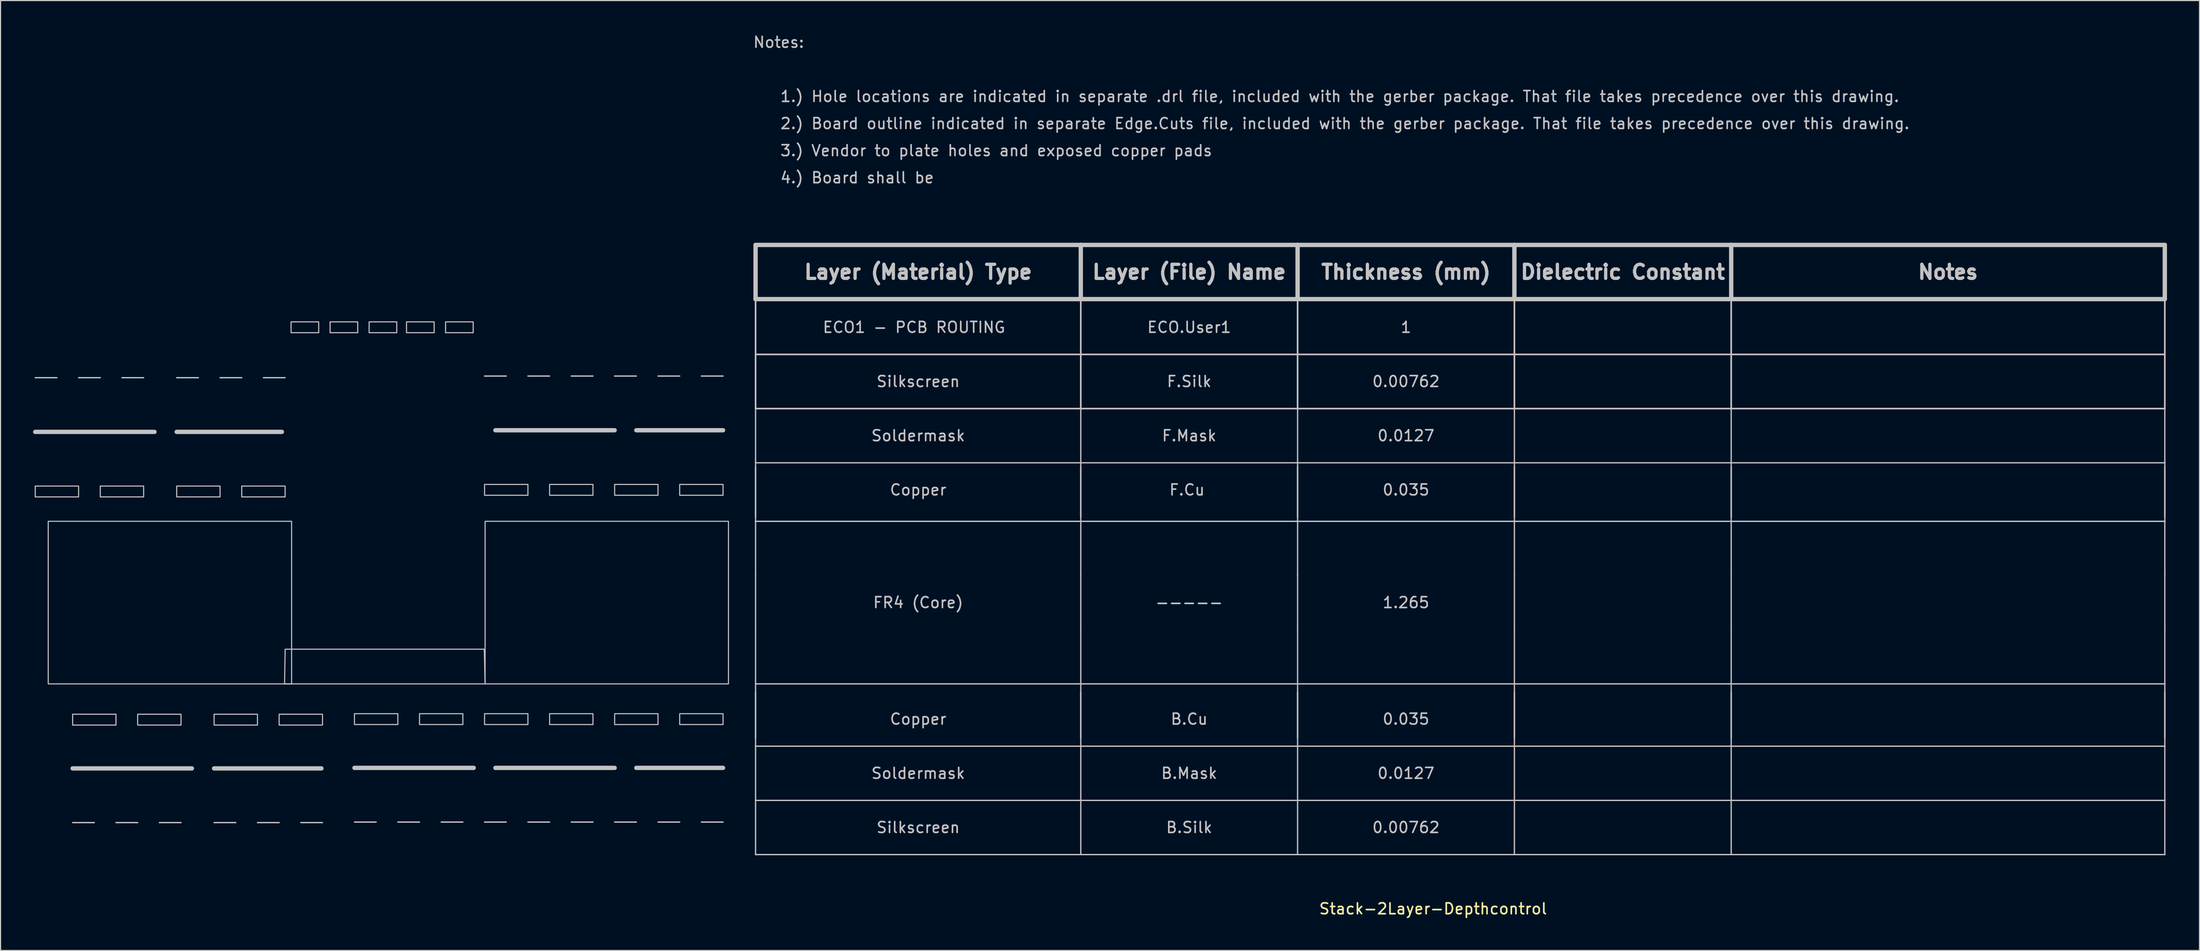
<source format=kicad_pcb>
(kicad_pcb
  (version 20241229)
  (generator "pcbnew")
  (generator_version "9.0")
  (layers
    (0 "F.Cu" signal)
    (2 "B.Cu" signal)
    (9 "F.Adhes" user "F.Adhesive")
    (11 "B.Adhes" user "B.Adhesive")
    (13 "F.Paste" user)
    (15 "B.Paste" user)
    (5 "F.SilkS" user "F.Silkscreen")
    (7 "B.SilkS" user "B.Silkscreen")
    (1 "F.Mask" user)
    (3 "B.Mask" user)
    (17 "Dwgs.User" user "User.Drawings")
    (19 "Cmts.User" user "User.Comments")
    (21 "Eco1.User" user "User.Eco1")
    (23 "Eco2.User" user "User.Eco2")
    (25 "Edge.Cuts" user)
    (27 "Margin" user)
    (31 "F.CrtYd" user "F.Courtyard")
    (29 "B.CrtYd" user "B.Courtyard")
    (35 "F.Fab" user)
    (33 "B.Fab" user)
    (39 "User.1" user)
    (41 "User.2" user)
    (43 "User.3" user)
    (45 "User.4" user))
  (footprint "Stack-2Layer-Depthcontrol"
    (layer "F.Cu")
    (at 66.65 20.048)
    (property "Reference" "Stack-2Layer-Depthcontrol" (at 62.5 60.75 0) (layer "F.SilkS") (effects (font (size 1 1) (thickness 0.15))))
    (attr through_hole)
    (fp_line (start -66.45 16.75) (end -55.45 16.75) (stroke (width 0.4) (type solid)) (layer "Dwgs.User"))
    (fp_line (start -64.45 11.75) (end -66.45 11.75) (stroke (width 0.12) (type solid)) (layer "Dwgs.User"))
    (fp_line (start -63 47.8) (end -52 47.8) (stroke (width 0.4) (type solid)) (layer "Dwgs.User"))
    (fp_line (start -61 52.8) (end -63 52.8) (stroke (width 0.12) (type solid)) (layer "Dwgs.User"))
    (fp_line (start -60.45 11.75) (end -62.45 11.75) (stroke (width 0.12) (type solid)) (layer "Dwgs.User"))
    (fp_line (start -57 52.8) (end -59 52.8) (stroke (width 0.12) (type solid)) (layer "Dwgs.User"))
    (fp_line (start -56.45 11.75) (end -58.45 11.75) (stroke (width 0.12) (type solid)) (layer "Dwgs.User"))
    (fp_line (start -53.4 16.75) (end -43.7 16.75) (stroke (width 0.4) (type solid)) (layer "Dwgs.User"))
    (fp_line (start -53 52.8) (end -55 52.8) (stroke (width 0.12) (type solid)) (layer "Dwgs.User"))
    (fp_line (start -51.4 11.75) (end -53.4 11.75) (stroke (width 0.12) (type solid)) (layer "Dwgs.User"))
    (fp_line (start -49.95 47.8) (end -40.05 47.8) (stroke (width 0.4) (type solid)) (layer "Dwgs.User"))
    (fp_line (start -47.95 52.8) (end -49.95 52.8) (stroke (width 0.12) (type solid)) (layer "Dwgs.User"))
    (fp_line (start -47.4 11.75) (end -49.4 11.75) (stroke (width 0.12) (type solid)) (layer "Dwgs.User"))
    (fp_line (start -43.95 52.8) (end -45.95 52.8) (stroke (width 0.12) (type solid)) (layer "Dwgs.User"))
    (fp_line (start -43.4 11.75) (end -45.4 11.75) (stroke (width 0.12) (type solid)) (layer "Dwgs.User"))
    (fp_line (start -39.95 52.8) (end -41.95 52.8) (stroke (width 0.12) (type solid)) (layer "Dwgs.User"))
    (fp_line (start -37 47.75) (end -26 47.75) (stroke (width 0.4) (type solid)) (layer "Dwgs.User"))
    (fp_line (start -35 52.75) (end -37 52.75) (stroke (width 0.12) (type solid)) (layer "Dwgs.User"))
    (fp_line (start -31 52.75) (end -33 52.75) (stroke (width 0.12) (type solid)) (layer "Dwgs.User"))
    (fp_line (start -27 52.75) (end -29 52.75) (stroke (width 0.12) (type solid)) (layer "Dwgs.User"))
    (fp_line (start -24 16.6) (end -13 16.6) (stroke (width 0.4) (type solid)) (layer "Dwgs.User"))
    (fp_line (start -24 47.75) (end -13 47.75) (stroke (width 0.4) (type solid)) (layer "Dwgs.User"))
    (fp_line (start -23 11.6) (end -25 11.6) (stroke (width 0.12) (type solid)) (layer "Dwgs.User"))
    (fp_line (start -23 52.75) (end -25 52.75) (stroke (width 0.12) (type solid)) (layer "Dwgs.User"))
    (fp_line (start -19 11.6) (end -21 11.6) (stroke (width 0.12) (type solid)) (layer "Dwgs.User"))
    (fp_line (start -19 52.75) (end -21 52.75) (stroke (width 0.12) (type solid)) (layer "Dwgs.User"))
    (fp_line (start -15 11.6) (end -17 11.6) (stroke (width 0.12) (type solid)) (layer "Dwgs.User"))
    (fp_line (start -15 52.75) (end -17 52.75) (stroke (width 0.12) (type solid)) (layer "Dwgs.User"))
    (fp_line (start -11 11.6) (end -13 11.6) (stroke (width 0.12) (type solid)) (layer "Dwgs.User"))
    (fp_line (start -11 16.6) (end -3 16.6) (stroke (width 0.4) (type solid)) (layer "Dwgs.User"))
    (fp_line (start -11 47.75) (end -3 47.75) (stroke (width 0.4) (type solid)) (layer "Dwgs.User"))
    (fp_line (start -11 52.75) (end -13 52.75) (stroke (width 0.12) (type solid)) (layer "Dwgs.User"))
    (fp_line (start -7 11.6) (end -9 11.6) (stroke (width 0.12) (type solid)) (layer "Dwgs.User"))
    (fp_line (start -7 52.75) (end -9 52.75) (stroke (width 0.12) (type solid)) (layer "Dwgs.User"))
    (fp_line (start -3 11.6) (end -5 11.6) (stroke (width 0.12) (type solid)) (layer "Dwgs.User"))
    (fp_line (start -3 52.75) (end -5 52.75) (stroke (width 0.12) (type solid)) (layer "Dwgs.User"))
    (fp_line (start 0 -0.5) (end 30 -0.5) (stroke (width 0.4) (type solid)) (layer "Dwgs.User"))
    (fp_line (start 0 4.5) (end 0 -0.5) (stroke (width 0.4) (type solid)) (layer "Dwgs.User"))
    (fp_line (start 0 4.5) (end 30 4.5) (stroke (width 0.12) (type solid)) (layer "Dwgs.User"))
    (fp_line (start 0 4.5) (end 30 4.5) (stroke (width 0.12) (type solid)) (layer "Dwgs.User"))
    (fp_line (start 0 4.5) (end 30 4.5) (stroke (width 0.12) (type solid)) (layer "Dwgs.User"))
    (fp_line (start 0 4.6) (end 0 9.6) (stroke (width 0.12) (type solid)) (layer "Dwgs.User"))
    (fp_line (start 0 4.6) (end 0 9.6) (stroke (width 0.12) (type solid)) (layer "Dwgs.User"))
    (fp_line (start 0 4.6) (end 0 9.6) (stroke (width 0.12) (type solid)) (layer "Dwgs.User"))
    (fp_line (start 0 9.6) (end 0 14.6) (stroke (width 0.12) (type solid)) (layer "Dwgs.User"))
    (fp_line (start 0 9.6) (end 0 14.6) (stroke (width 0.12) (type solid)) (layer "Dwgs.User"))
    (fp_line (start 0 9.6) (end 0 14.6) (stroke (width 0.12) (type solid)) (layer "Dwgs.User"))
    (fp_line (start 0 9.6) (end 30 9.6) (stroke (width 0.12) (type solid)) (layer "Dwgs.User"))
    (fp_line (start 0 9.6) (end 30 9.6) (stroke (width 0.12) (type solid)) (layer "Dwgs.User"))
    (fp_line (start 0 9.6) (end 30 9.6) (stroke (width 0.12) (type solid)) (layer "Dwgs.User"))
    (fp_line (start 0 14.6) (end 0 19.6) (stroke (width 0.12) (type solid)) (layer "Dwgs.User"))
    (fp_line (start 0 14.6) (end 30 14.6) (stroke (width 0.12) (type solid)) (layer "Dwgs.User"))
    (fp_line (start 0 14.6) (end 30 14.6) (stroke (width 0.12) (type solid)) (layer "Dwgs.User"))
    (fp_line (start 0 14.6) (end 30 14.6) (stroke (width 0.12) (type solid)) (layer "Dwgs.User"))
    (fp_line (start 0 19.6) (end 0 24.6) (stroke (width 0.12) (type solid)) (layer "Dwgs.User"))
    (fp_line (start 0 19.6) (end 30 19.6) (stroke (width 0.12) (type solid)) (layer "Dwgs.User"))
    (fp_line (start 0 20) (end 0 25) (stroke (width 0.12) (type solid)) (layer "Dwgs.User"))
    (fp_line (start 0 25) (end 0 30) (stroke (width 0.12) (type solid)) (layer "Dwgs.User"))
    (fp_line (start 0 25) (end 30 25) (stroke (width 0.12) (type solid)) (layer "Dwgs.User"))
    (fp_line (start 0 25) (end 30 25) (stroke (width 0.12) (type solid)) (layer "Dwgs.User"))
    (fp_line (start 0 30) (end 0 35) (stroke (width 0.12) (type solid)) (layer "Dwgs.User"))
    (fp_line (start 0 35) (end 0 40) (stroke (width 0.12) (type solid)) (layer "Dwgs.User"))
    (fp_line (start 0 40) (end 0 45) (stroke (width 0.12) (type solid)) (layer "Dwgs.User"))
    (fp_line (start 0 40) (end 30 40) (stroke (width 0.12) (type solid)) (layer "Dwgs.User"))
    (fp_line (start 0 40.75) (end 0 45.75) (stroke (width 0.12) (type solid)) (layer "Dwgs.User"))
    (fp_line (start 0 45.75) (end 0 50.75) (stroke (width 0.12) (type solid)) (layer "Dwgs.User"))
    (fp_line (start 0 45.75) (end 30 45.75) (stroke (width 0.12) (type solid)) (layer "Dwgs.User"))
    (fp_line (start 0 50.75) (end 0 55.75) (stroke (width 0.12) (type solid)) (layer "Dwgs.User"))
    (fp_line (start 0 50.75) (end 30 50.75) (stroke (width 0.12) (type solid)) (layer "Dwgs.User"))
    (fp_line (start 0 55.75) (end 30 55.75) (stroke (width 0.12) (type solid)) (layer "Dwgs.User"))
    (fp_line (start 30 -0.5) (end 30 4.5) (stroke (width 0.4) (type solid)) (layer "Dwgs.User"))
    (fp_line (start 30 4.5) (end 0 4.5) (stroke (width 0.4) (type solid)) (layer "Dwgs.User"))
    (fp_line (start 30 4.5) (end 50 4.5) (stroke (width 0.12) (type solid)) (layer "Dwgs.User"))
    (fp_line (start 30 4.5) (end 50 4.5) (stroke (width 0.12) (type solid)) (layer "Dwgs.User"))
    (fp_line (start 30 4.5) (end 50 4.5) (stroke (width 0.12) (type solid)) (layer "Dwgs.User"))
    (fp_line (start 30 4.5) (end 50 4.5) (stroke (width 0.4) (type solid)) (layer "Dwgs.User"))
    (fp_line (start 30 4.6) (end 30 9.6) (stroke (width 0.12) (type solid)) (layer "Dwgs.User"))
    (fp_line (start 30 4.6) (end 30 9.6) (stroke (width 0.12) (type solid)) (layer "Dwgs.User"))
    (fp_line (start 30 4.6) (end 30 9.6) (stroke (width 0.12) (type solid)) (layer "Dwgs.User"))
    (fp_line (start 30 9.6) (end 30 14.6) (stroke (width 0.12) (type solid)) (layer "Dwgs.User"))
    (fp_line (start 30 9.6) (end 30 14.6) (stroke (width 0.12) (type solid)) (layer "Dwgs.User"))
    (fp_line (start 30 9.6) (end 30 14.6) (stroke (width 0.12) (type solid)) (layer "Dwgs.User"))
    (fp_line (start 30 14.6) (end 30 19.6) (stroke (width 0.12) (type solid)) (layer "Dwgs.User"))
    (fp_line (start 30 19.6) (end 30 24.6) (stroke (width 0.12) (type solid)) (layer "Dwgs.User"))
    (fp_line (start 30 19.6) (end 50 19.6) (stroke (width 0.12) (type solid)) (layer "Dwgs.User"))
    (fp_line (start 30 20) (end 30 25) (stroke (width 0.12) (type solid)) (layer "Dwgs.User"))
    (fp_line (start 30 25) (end 50 25) (stroke (width 0.12) (type solid)) (layer "Dwgs.User"))
    (fp_line (start 30 30) (end 30 25) (stroke (width 0.12) (type solid)) (layer "Dwgs.User"))
    (fp_line (start 30 35) (end 30 30) (stroke (width 0.12) (type solid)) (layer "Dwgs.User"))
    (fp_line (start 30 40) (end 30 35) (stroke (width 0.12) (type solid)) (layer "Dwgs.User"))
    (fp_line (start 30 40) (end 30 45) (stroke (width 0.12) (type solid)) (layer "Dwgs.User"))
    (fp_line (start 30 40) (end 50 40) (stroke (width 0.12) (type solid)) (layer "Dwgs.User"))
    (fp_line (start 30 45.75) (end 30 40.75) (stroke (width 0.12) (type solid)) (layer "Dwgs.User"))
    (fp_line (start 30 50.75) (end 30 45.75) (stroke (width 0.12) (type solid)) (layer "Dwgs.User"))
    (fp_line (start 30 50.75) (end 50 50.75) (stroke (width 0.12) (type solid)) (layer "Dwgs.User"))
    (fp_line (start 30 55.75) (end 30 50.75) (stroke (width 0.12) (type solid)) (layer "Dwgs.User"))
    (fp_line (start 30 55.75) (end 50 55.75) (stroke (width 0.12) (type solid)) (layer "Dwgs.User"))
    (fp_line (start 50 -0.5) (end 30 -0.5) (stroke (width 0.4) (type solid)) (layer "Dwgs.User"))
    (fp_line (start 50 -0.5) (end 70 -0.5) (stroke (width 0.4) (type solid)) (layer "Dwgs.User"))
    (fp_line (start 50 4.5) (end 50 -0.5) (stroke (width 0.4) (type solid)) (layer "Dwgs.User"))
    (fp_line (start 50 4.6) (end 50 9.6) (stroke (width 0.12) (type solid)) (layer "Dwgs.User"))
    (fp_line (start 50 4.6) (end 50 9.6) (stroke (width 0.12) (type solid)) (layer "Dwgs.User"))
    (fp_line (start 50 4.6) (end 50 9.6) (stroke (width 0.12) (type solid)) (layer "Dwgs.User"))
    (fp_line (start 50 9.6) (end 30 9.6) (stroke (width 0.12) (type solid)) (layer "Dwgs.User"))
    (fp_line (start 50 9.6) (end 30 9.6) (stroke (width 0.12) (type solid)) (layer "Dwgs.User"))
    (fp_line (start 50 9.6) (end 30 9.6) (stroke (width 0.12) (type solid)) (layer "Dwgs.User"))
    (fp_line (start 50 9.6) (end 50 14.6) (stroke (width 0.12) (type solid)) (layer "Dwgs.User"))
    (fp_line (start 50 9.6) (end 50 14.6) (stroke (width 0.12) (type solid)) (layer "Dwgs.User"))
    (fp_line (start 50 9.6) (end 50 14.6) (stroke (width 0.12) (type solid)) (layer "Dwgs.User"))
    (fp_line (start 50 9.6) (end 70 9.6) (stroke (width 0.12) (type solid)) (layer "Dwgs.User"))
    (fp_line (start 50 9.6) (end 70 9.6) (stroke (width 0.12) (type solid)) (layer "Dwgs.User"))
    (fp_line (start 50 9.6) (end 70 9.6) (stroke (width 0.12) (type solid)) (layer "Dwgs.User"))
    (fp_line (start 50 14.6) (end 30 14.6) (stroke (width 0.12) (type solid)) (layer "Dwgs.User"))
    (fp_line (start 50 14.6) (end 30 14.6) (stroke (width 0.12) (type solid)) (layer "Dwgs.User"))
    (fp_line (start 50 14.6) (end 30 14.6) (stroke (width 0.12) (type solid)) (layer "Dwgs.User"))
    (fp_line (start 50 14.6) (end 50 19.6) (stroke (width 0.12) (type solid)) (layer "Dwgs.User"))
    (fp_line (start 50 14.6) (end 70 14.6) (stroke (width 0.12) (type solid)) (layer "Dwgs.User"))
    (fp_line (start 50 14.6) (end 70 14.6) (stroke (width 0.12) (type solid)) (layer "Dwgs.User"))
    (fp_line (start 50 14.6) (end 70 14.6) (stroke (width 0.12) (type solid)) (layer "Dwgs.User"))
    (fp_line (start 50 19.6) (end 50 24.6) (stroke (width 0.12) (type solid)) (layer "Dwgs.User"))
    (fp_line (start 50 25) (end 30 25) (stroke (width 0.12) (type solid)) (layer "Dwgs.User"))
    (fp_line (start 50 25) (end 50 20) (stroke (width 0.12) (type solid)) (layer "Dwgs.User"))
    (fp_line (start 50 25) (end 70 25) (stroke (width 0.12) (type solid)) (layer "Dwgs.User"))
    (fp_line (start 50 25) (end 70 25) (stroke (width 0.12) (type solid)) (layer "Dwgs.User"))
    (fp_line (start 50 30) (end 50 25) (stroke (width 0.12) (type solid)) (layer "Dwgs.User"))
    (fp_line (start 50 35) (end 50 30) (stroke (width 0.12) (type solid)) (layer "Dwgs.User"))
    (fp_line (start 50 35) (end 50 40) (stroke (width 0.12) (type solid)) (layer "Dwgs.User"))
    (fp_line (start 50 40) (end 70 40) (stroke (width 0.12) (type solid)) (layer "Dwgs.User"))
    (fp_line (start 50 40.75) (end 50 45.75) (stroke (width 0.12) (type solid)) (layer "Dwgs.User"))
    (fp_line (start 50 45) (end 50 40) (stroke (width 0.12) (type solid)) (layer "Dwgs.User"))
    (fp_line (start 50 45.75) (end 30 45.75) (stroke (width 0.12) (type solid)) (layer "Dwgs.User"))
    (fp_line (start 50 50.75) (end 50 45.75) (stroke (width 0.12) (type solid)) (layer "Dwgs.User"))
    (fp_line (start 50 50.75) (end 70 50.75) (stroke (width 0.12) (type solid)) (layer "Dwgs.User"))
    (fp_line (start 50 55.75) (end 50 50.75) (stroke (width 0.12) (type solid)) (layer "Dwgs.User"))
    (fp_line (start 50 55.75) (end 70 55.75) (stroke (width 0.12) (type solid)) (layer "Dwgs.User"))
    (fp_line (start 70 -0.5) (end 70 4.5) (stroke (width 0.4) (type solid)) (layer "Dwgs.User"))
    (fp_line (start 70 4.5) (end 50 4.5) (stroke (width 0.12) (type solid)) (layer "Dwgs.User"))
    (fp_line (start 70 4.5) (end 50 4.5) (stroke (width 0.12) (type solid)) (layer "Dwgs.User"))
    (fp_line (start 70 4.5) (end 50 4.5) (stroke (width 0.12) (type solid)) (layer "Dwgs.User"))
    (fp_line (start 70 4.5) (end 50 4.5) (stroke (width 0.4) (type solid)) (layer "Dwgs.User"))
    (fp_line (start 70 4.5) (end 90 4.5) (stroke (width 0.12) (type solid)) (layer "Dwgs.User"))
    (fp_line (start 70 4.5) (end 90 4.5) (stroke (width 0.12) (type solid)) (layer "Dwgs.User"))
    (fp_line (start 70 4.5) (end 90 4.5) (stroke (width 0.12) (type solid)) (layer "Dwgs.User"))
    (fp_line (start 70 4.5) (end 90 4.5) (stroke (width 0.4) (type solid)) (layer "Dwgs.User"))
    (fp_line (start 70 4.6) (end 70 9.6) (stroke (width 0.12) (type solid)) (layer "Dwgs.User"))
    (fp_line (start 70 4.6) (end 70 9.6) (stroke (width 0.12) (type solid)) (layer "Dwgs.User"))
    (fp_line (start 70 4.6) (end 70 9.6) (stroke (width 0.12) (type solid)) (layer "Dwgs.User"))
    (fp_line (start 70 9.6) (end 70 14.6) (stroke (width 0.12) (type solid)) (layer "Dwgs.User"))
    (fp_line (start 70 9.6) (end 70 14.6) (stroke (width 0.12) (type solid)) (layer "Dwgs.User"))
    (fp_line (start 70 9.6) (end 70 14.6) (stroke (width 0.12) (type solid)) (layer "Dwgs.User"))
    (fp_line (start 70 9.6) (end 90 9.6) (stroke (width 0.12) (type solid)) (layer "Dwgs.User"))
    (fp_line (start 70 9.6) (end 90 9.6) (stroke (width 0.12) (type solid)) (layer "Dwgs.User"))
    (fp_line (start 70 9.6) (end 90 9.6) (stroke (width 0.12) (type solid)) (layer "Dwgs.User"))
    (fp_line (start 70 14.6) (end 70 19.6) (stroke (width 0.12) (type solid)) (layer "Dwgs.User"))
    (fp_line (start 70 14.6) (end 90 14.6) (stroke (width 0.12) (type solid)) (layer "Dwgs.User"))
    (fp_line (start 70 14.6) (end 90 14.6) (stroke (width 0.12) (type solid)) (layer "Dwgs.User"))
    (fp_line (start 70 14.6) (end 90 14.6) (stroke (width 0.12) (type solid)) (layer "Dwgs.User"))
    (fp_line (start 70 19.6) (end 50 19.6) (stroke (width 0.12) (type solid)) (layer "Dwgs.User"))
    (fp_line (start 70 19.6) (end 70 24.6) (stroke (width 0.12) (type solid)) (layer "Dwgs.User"))
    (fp_line (start 70 19.6) (end 90 19.6) (stroke (width 0.12) (type solid)) (layer "Dwgs.User"))
    (fp_line (start 70 25) (end 70 20) (stroke (width 0.12) (type solid)) (layer "Dwgs.User"))
    (fp_line (start 70 25) (end 90 25) (stroke (width 0.12) (type solid)) (layer "Dwgs.User"))
    (fp_line (start 70 25) (end 90 25) (stroke (width 0.12) (type solid)) (layer "Dwgs.User"))
    (fp_line (start 70 30) (end 70 25) (stroke (width 0.12) (type solid)) (layer "Dwgs.User"))
    (fp_line (start 70 35) (end 70 30) (stroke (width 0.12) (type solid)) (layer "Dwgs.User"))
    (fp_line (start 70 40) (end 70 35) (stroke (width 0.12) (type solid)) (layer "Dwgs.User"))
    (fp_line (start 70 40) (end 90 40) (stroke (width 0.12) (type solid)) (layer "Dwgs.User"))
    (fp_line (start 70 40.75) (end 70 45.75) (stroke (width 0.12) (type solid)) (layer "Dwgs.User"))
    (fp_line (start 70 45) (end 70 40) (stroke (width 0.12) (type solid)) (layer "Dwgs.User"))
    (fp_line (start 70 45.75) (end 50 45.75) (stroke (width 0.12) (type solid)) (layer "Dwgs.User"))
    (fp_line (start 70 50.75) (end 70 45.75) (stroke (width 0.12) (type solid)) (layer "Dwgs.User"))
    (fp_line (start 70 50.75) (end 90 50.75) (stroke (width 0.12) (type solid)) (layer "Dwgs.User"))
    (fp_line (start 70 55.75) (end 70 50.75) (stroke (width 0.12) (type solid)) (layer "Dwgs.User"))
    (fp_line (start 70 55.75) (end 90 55.75) (stroke (width 0.12) (type solid)) (layer "Dwgs.User"))
    (fp_line (start 90 -0.5) (end 70 -0.5) (stroke (width 0.4) (type solid)) (layer "Dwgs.User"))
    (fp_line (start 90 4.5) (end 90 -0.5) (stroke (width 0.4) (type solid)) (layer "Dwgs.User"))
    (fp_line (start 90 4.5) (end 130 4.5) (stroke (width 0.12) (type solid)) (layer "Dwgs.User"))
    (fp_line (start 90 4.5) (end 130 4.5) (stroke (width 0.12) (type solid)) (layer "Dwgs.User"))
    (fp_line (start 90 4.5) (end 130 4.5) (stroke (width 0.12) (type solid)) (layer "Dwgs.User"))
    (fp_line (start 90 4.5) (end 130 4.5) (stroke (width 0.4) (type solid)) (layer "Dwgs.User"))
    (fp_line (start 90 4.6) (end 90 9.6) (stroke (width 0.12) (type solid)) (layer "Dwgs.User"))
    (fp_line (start 90 4.6) (end 90 9.6) (stroke (width 0.12) (type solid)) (layer "Dwgs.User"))
    (fp_line (start 90 4.6) (end 90 9.6) (stroke (width 0.12) (type solid)) (layer "Dwgs.User"))
    (fp_line (start 90 9.6) (end 90 14.6) (stroke (width 0.12) (type solid)) (layer "Dwgs.User"))
    (fp_line (start 90 9.6) (end 90 14.6) (stroke (width 0.12) (type solid)) (layer "Dwgs.User"))
    (fp_line (start 90 9.6) (end 90 14.6) (stroke (width 0.12) (type solid)) (layer "Dwgs.User"))
    (fp_line (start 90 9.6) (end 130 9.6) (stroke (width 0.12) (type solid)) (layer "Dwgs.User"))
    (fp_line (start 90 9.6) (end 130 9.6) (stroke (width 0.12) (type solid)) (layer "Dwgs.User"))
    (fp_line (start 90 9.6) (end 130 9.6) (stroke (width 0.12) (type solid)) (layer "Dwgs.User"))
    (fp_line (start 90 14.6) (end 90 19.6) (stroke (width 0.12) (type solid)) (layer "Dwgs.User"))
    (fp_line (start 90 14.6) (end 130 14.6) (stroke (width 0.12) (type solid)) (layer "Dwgs.User"))
    (fp_line (start 90 14.6) (end 130 14.6) (stroke (width 0.12) (type solid)) (layer "Dwgs.User"))
    (fp_line (start 90 14.6) (end 130 14.6) (stroke (width 0.12) (type solid)) (layer "Dwgs.User"))
    (fp_line (start 90 19.6) (end 90 24.6) (stroke (width 0.12) (type solid)) (layer "Dwgs.User"))
    (fp_line (start 90 19.6) (end 130 19.6) (stroke (width 0.12) (type solid)) (layer "Dwgs.User"))
    (fp_line (start 90 25) (end 90 20) (stroke (width 0.12) (type solid)) (layer "Dwgs.User"))
    (fp_line (start 90 25) (end 130 25) (stroke (width 0.12) (type solid)) (layer "Dwgs.User"))
    (fp_line (start 90 25) (end 130 25) (stroke (width 0.12) (type solid)) (layer "Dwgs.User"))
    (fp_line (start 90 30) (end 90 25) (stroke (width 0.12) (type solid)) (layer "Dwgs.User"))
    (fp_line (start 90 35) (end 90 30) (stroke (width 0.12) (type solid)) (layer "Dwgs.User"))
    (fp_line (start 90 40) (end 90 35) (stroke (width 0.12) (type solid)) (layer "Dwgs.User"))
    (fp_line (start 90 40) (end 90 45) (stroke (width 0.12) (type solid)) (layer "Dwgs.User"))
    (fp_line (start 90 40) (end 130 40) (stroke (width 0.12) (type solid)) (layer "Dwgs.User"))
    (fp_line (start 90 40.75) (end 90 45.75) (stroke (width 0.12) (type solid)) (layer "Dwgs.User"))
    (fp_line (start 90 45.75) (end 70 45.75) (stroke (width 0.12) (type solid)) (layer "Dwgs.User"))
    (fp_line (start 90 45.75) (end 130 45.75) (stroke (width 0.12) (type solid)) (layer "Dwgs.User"))
    (fp_line (start 90 50.75) (end 90 45.75) (stroke (width 0.12) (type solid)) (layer "Dwgs.User"))
    (fp_line (start 90 50.75) (end 130 50.75) (stroke (width 0.12) (type solid)) (layer "Dwgs.User"))
    (fp_line (start 90 55.75) (end 90 50.75) (stroke (width 0.12) (type solid)) (layer "Dwgs.User"))
    (fp_line (start 90 55.75) (end 130 55.75) (stroke (width 0.12) (type solid)) (layer "Dwgs.User"))
    (fp_line (start 130 -0.5) (end 90 -0.5) (stroke (width 0.4) (type solid)) (layer "Dwgs.User"))
    (fp_line (start 130 4.5) (end 130 -0.5) (stroke (width 0.4) (type solid)) (layer "Dwgs.User"))
    (fp_line (start 130 4.6) (end 130 9.6) (stroke (width 0.12) (type solid)) (layer "Dwgs.User"))
    (fp_line (start 130 4.6) (end 130 9.6) (stroke (width 0.12) (type solid)) (layer "Dwgs.User"))
    (fp_line (start 130 4.6) (end 130 9.6) (stroke (width 0.12) (type solid)) (layer "Dwgs.User"))
    (fp_line (start 130 9.6) (end 130 14.6) (stroke (width 0.12) (type solid)) (layer "Dwgs.User"))
    (fp_line (start 130 9.6) (end 130 14.6) (stroke (width 0.12) (type solid)) (layer "Dwgs.User"))
    (fp_line (start 130 9.6) (end 130 14.6) (stroke (width 0.12) (type solid)) (layer "Dwgs.User"))
    (fp_line (start 130 14.6) (end 130 19.6) (stroke (width 0.12) (type solid)) (layer "Dwgs.User"))
    (fp_line (start 130 19.6) (end 130 24.6) (stroke (width 0.12) (type solid)) (layer "Dwgs.User"))
    (fp_line (start 130 25) (end 130 20) (stroke (width 0.12) (type solid)) (layer "Dwgs.User"))
    (fp_line (start 130 25) (end 130 30) (stroke (width 0.12) (type solid)) (layer "Dwgs.User"))
    (fp_line (start 130 30) (end 130 35) (stroke (width 0.12) (type solid)) (layer "Dwgs.User"))
    (fp_line (start 130 40) (end 130 35) (stroke (width 0.12) (type solid)) (layer "Dwgs.User"))
    (fp_line (start 130 40.75) (end 130 45.75) (stroke (width 0.12) (type solid)) (layer "Dwgs.User"))
    (fp_line (start 130 45) (end 130 40) (stroke (width 0.12) (type solid)) (layer "Dwgs.User"))
    (fp_line (start 130 50.75) (end 130 45.75) (stroke (width 0.12) (type solid)) (layer "Dwgs.User"))
    (fp_line (start 130 55.75) (end 130 50.75) (stroke (width 0.12) (type solid)) (layer "Dwgs.User"))
    (fp_poly (pts (xy -62.45 22.75) (xy -66.45 22.75) (xy -66.45 21.75) (xy -62.45 21.75)) (stroke (width 0.1) (type solid)) (fill no) (layer "Dwgs.User"))
    (fp_poly (pts (xy -59 43.8) (xy -63 43.8) (xy -63 42.8) (xy -59 42.8)) (stroke (width 0.1) (type solid)) (fill no) (layer "Dwgs.User"))
    (fp_poly (pts (xy -56.45 22.75) (xy -60.45 22.75) (xy -60.45 21.75) (xy -56.45 21.75)) (stroke (width 0.1) (type solid)) (fill no) (layer "Dwgs.User"))
    (fp_poly (pts (xy -53 43.8) (xy -57 43.8) (xy -57 42.8) (xy -53 42.8)) (stroke (width 0.1) (type solid)) (fill no) (layer "Dwgs.User"))
    (fp_poly (pts (xy -49.4 22.75) (xy -53.4 22.75) (xy -53.4 21.75) (xy -49.4 21.75)) (stroke (width 0.1) (type solid)) (fill no) (layer "Dwgs.User"))
    (fp_poly (pts (xy -45.95 43.8) (xy -49.95 43.8) (xy -49.95 42.8) (xy -45.95 42.8)) (stroke (width 0.1) (type solid)) (fill no) (layer "Dwgs.User"))
    (fp_poly (pts (xy -43.4 22.75) (xy -47.4 22.75) (xy -47.4 21.75) (xy -43.4 21.75)) (stroke (width 0.1) (type solid)) (fill no) (layer "Dwgs.User"))
    (fp_poly (pts (xy -42.8 40) (xy -65.25 40) (xy -65.25 25) (xy -42.8 25)) (stroke (width 0.1) (type solid)) (fill no) (layer "Dwgs.User"))
    (fp_poly (pts (xy -40.3 7.6) (xy -42.85 7.6) (xy -42.85 6.6) (xy -40.3 6.6)) (stroke (width 0.1) (type solid)) (fill no) (layer "Dwgs.User"))
    (fp_poly (pts (xy -39.95 43.8) (xy -43.95 43.8) (xy -43.95 42.8) (xy -39.95 42.8)) (stroke (width 0.1) (type solid)) (fill no) (layer "Dwgs.User"))
    (fp_poly (pts (xy -36.7 7.6) (xy -39.25 7.6) (xy -39.25 6.6) (xy -36.7 6.6)) (stroke (width 0.1) (type solid)) (fill no) (layer "Dwgs.User"))
    (fp_poly (pts (xy -33.1 7.6) (xy -35.65 7.6) (xy -35.65 6.6) (xy -33.1 6.6)) (stroke (width 0.1) (type solid)) (fill no) (layer "Dwgs.User"))
    (fp_poly (pts (xy -33 43.75) (xy -37 43.75) (xy -37 42.75) (xy -33 42.75)) (stroke (width 0.1) (type solid)) (fill no) (layer "Dwgs.User"))
    (fp_poly (pts (xy -29.65 7.6) (xy -32.2 7.6) (xy -32.2 6.6) (xy -29.65 6.6)) (stroke (width 0.1) (type solid)) (fill no) (layer "Dwgs.User"))
    (fp_poly (pts (xy -27 43.75) (xy -31 43.75) (xy -31 42.75) (xy -27 42.75)) (stroke (width 0.1) (type solid)) (fill no) (layer "Dwgs.User"))
    (fp_poly (pts (xy -26.05 7.6) (xy -28.6 7.6) (xy -28.6 6.6) (xy -26.05 6.6)) (stroke (width 0.1) (type solid)) (fill no) (layer "Dwgs.User"))
    (fp_poly (pts (xy -24.95 40) (xy -43.45 40) (xy -43.394 36.8) (xy -25.025 36.8)) (stroke (width 0.1) (type solid)) (fill no) (layer "Dwgs.User"))
    (fp_poly (pts (xy -21 22.6) (xy -25 22.6) (xy -25 21.6) (xy -21 21.6)) (stroke (width 0.1) (type solid)) (fill no) (layer "Dwgs.User"))
    (fp_poly (pts (xy -21 43.75) (xy -25 43.75) (xy -25 42.75) (xy -21 42.75)) (stroke (width 0.1) (type solid)) (fill no) (layer "Dwgs.User"))
    (fp_poly (pts (xy -15 22.6) (xy -19 22.6) (xy -19 21.6) (xy -15 21.6)) (stroke (width 0.1) (type solid)) (fill no) (layer "Dwgs.User"))
    (fp_poly (pts (xy -15 43.75) (xy -19 43.75) (xy -19 42.75) (xy -15 42.75)) (stroke (width 0.1) (type solid)) (fill no) (layer "Dwgs.User"))
    (fp_poly (pts (xy -9 22.6) (xy -13 22.6) (xy -13 21.6) (xy -9 21.6)) (stroke (width 0.1) (type solid)) (fill no) (layer "Dwgs.User"))
    (fp_poly (pts (xy -9 43.75) (xy -13 43.75) (xy -13 42.75) (xy -9 42.75)) (stroke (width 0.1) (type solid)) (fill no) (layer "Dwgs.User"))
    (fp_poly (pts (xy -3 22.6) (xy -7 22.6) (xy -7 21.6) (xy -3 21.6)) (stroke (width 0.1) (type solid)) (fill no) (layer "Dwgs.User"))
    (fp_poly (pts (xy -3 43.75) (xy -7 43.75) (xy -7 42.75) (xy -3 42.75)) (stroke (width 0.1) (type solid)) (fill no) (layer "Dwgs.User"))
    (fp_poly (pts (xy -2.5 40) (xy -24.95 40) (xy -24.95 25) (xy -2.5 25)) (stroke (width 0.1) (type solid)) (fill no) (layer "Dwgs.User"))
    (fp_text user "B.Cu" (at 40 43.25 0) (layer "Dwgs.User") (effects (font (size 1 1) (thickness 0.15))))
    (fp_text user "-----" (at 40 32.5 0) (layer "Dwgs.User") (effects (font (size 1 1) (thickness 0.15))))
    (fp_text user "Thickness (mm)" (at 60 2 0) (layer "Dwgs.User") (effects (font (size 1.3 1.3) (thickness 0.3))))
    (fp_text user "Soldermask" (at 15 17.1 0) (layer "Dwgs.User") (effects (font (size 1 1) (thickness 0.15))))
    (fp_text user "Copper" (at 15 22.1 0) (layer "Dwgs.User") (effects (font (size 1 1) (thickness 0.15))))
    (fp_text user "ECO.User1" (at 40 7.1 0) (layer "Dwgs.User") (effects (font (size 1 1) (thickness 0.15))))
    (fp_text user "Notes" (at 110 2 0) (layer "Dwgs.User") (effects (font (size 1.3 1.3) (thickness 0.3))))
    (fp_text user "0.00762" (at 60 12.1 0) (layer "Dwgs.User") (effects (font (size 1 1) (thickness 0.15))))
    (fp_text user "FR4 (Core)" (at 15 32.5 0) (layer "Dwgs.User") (effects (font (size 1 1) (thickness 0.15))))
    (fp_text user "F.Mask" (at 40 17.1 0) (layer "Dwgs.User") (effects (font (size 1 1) (thickness 0.15))))
    (fp_text user "4.) Board shall be " (at 2.2 -6.7 0) (layer "Dwgs.User") (effects (font (size 1 1) (thickness 0.15)) (justify left)))
    (fp_text user "0.0127" (at 60 17.1 0) (layer "Dwgs.User") (effects (font (size 1 1) (thickness 0.15))))
    (fp_text user "B.Mask" (at 40 48.25 0) (layer "Dwgs.User") (effects (font (size 1 1) (thickness 0.15))))
    (fp_text user "1" (at 60 7.1 0) (layer "Dwgs.User") (effects (font (size 1 1) (thickness 0.15))))
    (fp_text user "Copper" (at 15 43.25 0) (layer "Dwgs.User") (effects (font (size 1 1) (thickness 0.15))))
    (fp_text user "1.) Hole locations are indicated in separate .drl file, included with the gerber package. That file takes precedence over this drawing." (at 2.2 -14.2 0) (layer "Dwgs.User") (effects (font (size 1 1) (thickness 0.15)) (justify left)))
    (fp_text user "Notes:" (at -0.3 -19.2 0) (layer "Dwgs.User") (effects (font (size 1 1) (thickness 0.15)) (justify left)))
    (fp_text user "0.035" (at 60 22.1 0) (layer "Dwgs.User") (effects (font (size 1 1) (thickness 0.15))))
    (fp_text user "3.) Vendor to plate holes and exposed copper pads" (at 2.2 -9.2 0) (layer "Dwgs.User") (effects (font (size 1 1) (thickness 0.15)) (justify left)))
    (fp_text user "2.) Board outline indicated in separate Edge.Cuts file, included with the gerber package. That file takes precedence over this drawing." (at 2.2 -11.7 0) (layer "Dwgs.User") (effects (font (size 1 1) (thickness 0.15)) (justify left)))
    (fp_text user "0.0127" (at 60 48.25 0) (layer "Dwgs.User") (effects (font (size 1 1) (thickness 0.15))))
    (fp_text user "0.00762" (at 60 53.25 0) (layer "Dwgs.User") (effects (font (size 1 1) (thickness 0.15))))
    (fp_text user "Soldermask" (at 15 48.25 0) (layer "Dwgs.User") (effects (font (size 1 1) (thickness 0.15))))
    (fp_text user "Silkscreen" (at 15 12.1 0) (layer "Dwgs.User") (effects (font (size 1 1) (thickness 0.15))))
    (fp_text user "1.265" (at 60 32.5 0) (layer "Dwgs.User") (effects (font (size 1 1) (thickness 0.15))))
    (fp_text user "Dielectric Constant" (at 80 2 0) (layer "Dwgs.User") (effects (font (size 1.3 1.3) (thickness 0.3))))
    (fp_text user "B.Silk" (at 40 53.25 0) (layer "Dwgs.User") (effects (font (size 1 1) (thickness 0.15))))
    (fp_text user "F.Silk" (at 40 12.1 0) (layer "Dwgs.User") (effects (font (size 1 1) (thickness 0.15))))
    (fp_text user "0.035" (at 60 43.25 0) (layer "Dwgs.User") (effects (font (size 1 1) (thickness 0.15))))
    (fp_text user "Silkscreen" (at 15 53.25 0) (layer "Dwgs.User") (effects (font (size 1 1) (thickness 0.15))))
    (fp_text user "Layer (File) Name" (at 40 2 0) (layer "Dwgs.User") (effects (font (size 1.3 1.3) (thickness 0.3))))
    (fp_text user "Layer (Material) Type" (at 15 2 0) (layer "Dwgs.User") (effects (font (size 1.3 1.3) (thickness 0.3))))
    (fp_text user "ECO1 - PCB ROUTING " (at 15 7.1 0) (layer "Dwgs.User") (effects (font (size 1 1) (thickness 0.15))))
    (fp_text user "F.Cu" (at 39.8 22.1 0) (layer "Dwgs.User") (effects (font (size 1 1) (thickness 0.15)))))
  (gr_rect
    (start -3 -3)
    (end 199.85 84.647)
    (stroke (width 0.1) (type default))
    (fill no)
    (layer "Edge.Cuts")))
</source>
